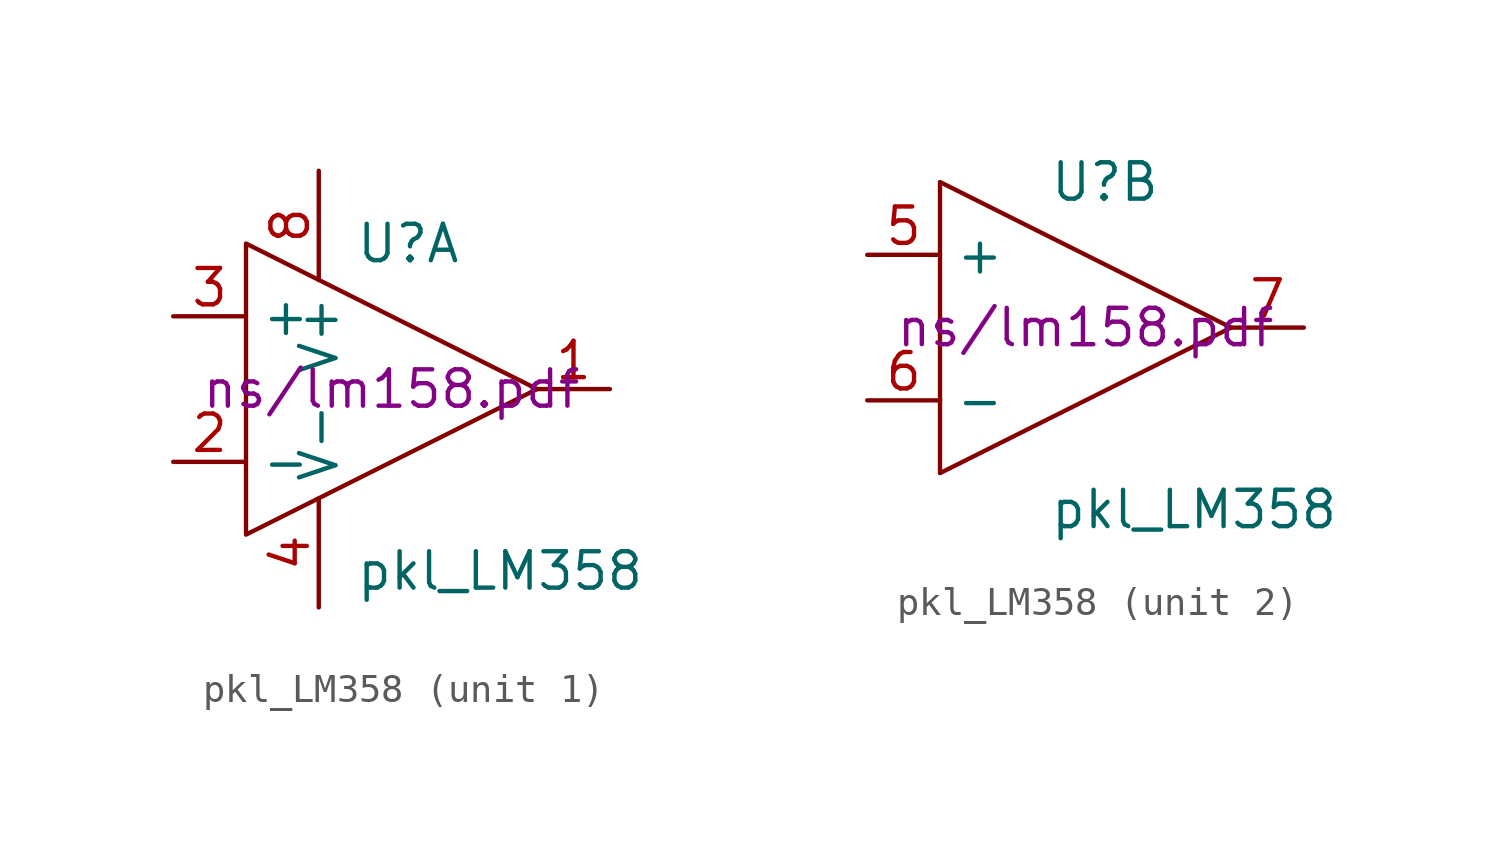
<source format=kicad_sym>
(kicad_symbol_lib
  (version 20211014)
  (generator kicad_symbol_editor)
  (symbol "pkl_LM358"
    (property "Reference" "U"
      (at -1.27 5.08 0)
      (effects (font (size 1.27 1.27)) (justify left)))
    (property "Value" "pkl_LM358"
      (at -1.27 -6.35 0)
      (effects (font (size 1.27 1.27)) (justify left)))
    (property "Footprint" ""
      (at 0 0 0)
      (effects (font (size 1.27 1.27))))
    (property "Datasheet" "ns/lm158.pdf"
      (at 0 0 0)
      (effects (font (size 1.27 1.27))))
    (symbol "pkl_LM358_0_1"
      (polyline (pts (xy -5.08 5.08) (xy 5.08 0) (xy -5.08 -5.08) (xy -5.08 5.08)) (stroke (width 0.152) (type default) (color 0 0 0 0)) (fill (type none))))
    (symbol "pkl_LM358_1_1"
      (pin output line (at 7.62 0 180) (length 2.54) (name "~" (effects (font (size 1.27 1.27)))) (number "1" (effects (font (size 1.27 1.27)))))
      (pin input line (at -7.62 -2.54 0) (length 2.54) (name "-" (effects (font (size 1.27 1.27)))) (number "2" (effects (font (size 1.27 1.27)))))
      (pin input line (at -7.62 2.54 0) (length 2.54) (name "+" (effects (font (size 1.27 1.27)))) (number "3" (effects (font (size 1.27 1.27)))))
      (pin power_in line (at -2.54 -7.62 90) (length 3.81) (name "V-" (effects (font (size 1.27 1.27)))) (number "4" (effects (font (size 1.27 1.27)))))
      (pin power_in line (at -2.54 7.62 270) (length 3.81) (name "V+" (effects (font (size 1.27 1.27)))) (number "8" (effects (font (size 1.27 1.27))))))
    (symbol "pkl_LM358_2_1"
      (pin input line (at -7.62 2.54 0) (length 2.54) (name "+" (effects (font (size 1.27 1.27)))) (number "5" (effects (font (size 1.27 1.27)))))
      (pin input line (at -7.62 -2.54 0) (length 2.54) (name "-" (effects (font (size 1.27 1.27)))) (number "6" (effects (font (size 1.27 1.27)))))
      (pin output line (at 7.62 0 180) (length 2.54) (name "~" (effects (font (size 1.27 1.27)))) (number "7" (effects (font (size 1.27 1.27))))))))
</source>
